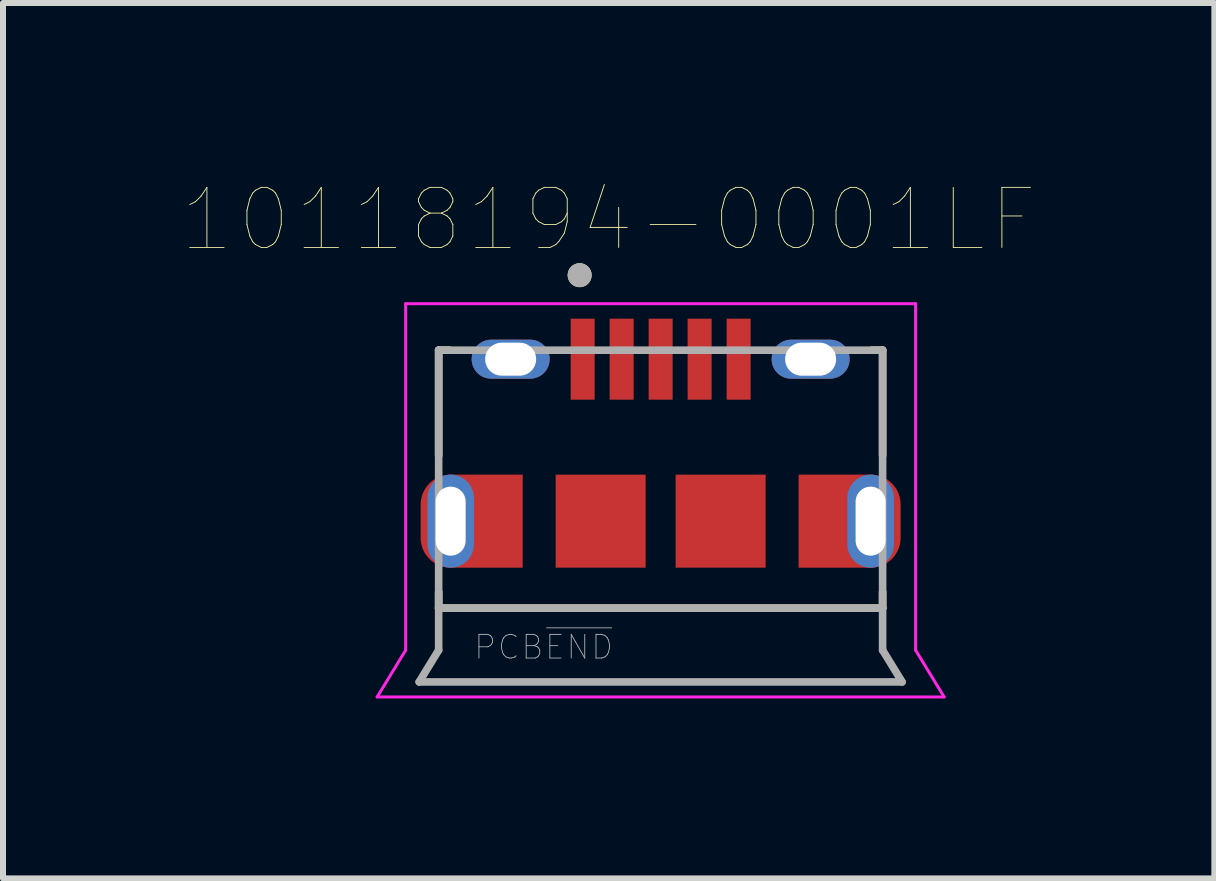
<source format=kicad_pcb>
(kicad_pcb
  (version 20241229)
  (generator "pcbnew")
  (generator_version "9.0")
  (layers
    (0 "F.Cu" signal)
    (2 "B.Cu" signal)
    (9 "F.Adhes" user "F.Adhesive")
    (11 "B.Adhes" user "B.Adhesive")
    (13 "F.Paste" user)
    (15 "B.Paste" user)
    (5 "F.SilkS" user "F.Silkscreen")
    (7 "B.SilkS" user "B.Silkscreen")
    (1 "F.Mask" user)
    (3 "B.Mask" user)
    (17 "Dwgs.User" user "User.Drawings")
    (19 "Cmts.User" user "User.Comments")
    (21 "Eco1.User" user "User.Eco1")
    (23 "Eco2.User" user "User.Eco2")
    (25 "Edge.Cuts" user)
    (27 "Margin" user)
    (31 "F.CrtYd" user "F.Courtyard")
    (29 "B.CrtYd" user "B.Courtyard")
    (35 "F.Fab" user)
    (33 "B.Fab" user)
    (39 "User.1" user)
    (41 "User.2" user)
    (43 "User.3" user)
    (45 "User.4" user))
  (footprint "10118194-0001LF"
    (layer "F.Cu")
    (at 7.962 5.637)
    (property "Reference" "10118194-0001LF" (at -0.866 -5.025 0) (layer "F.SilkS") (effects (font (size 1.001 1.001) (thickness 0.015))))
    (attr through_hole)
    (fp_poly (pts (xy -2.3 -0.78) (xy -2.3 0.775) (xy -3.498 0.775) (xy -3.498 0.575) (xy -3.486 0.575) (xy -3.473 0.574) (xy -3.46 0.572) (xy -3.447 0.57) (xy -3.434 0.567) (xy -3.422 0.563) (xy -3.41 0.558) (xy -3.398 0.553) (xy -3.386 0.548) (xy -3.374 0.542) (xy -3.363 0.535) (xy -3.353 0.527) (xy -3.342 0.52) (xy -3.332 0.511) (xy -3.323 0.502) (xy -3.314 0.493) (xy -3.305 0.483) (xy -3.298 0.472) (xy -3.29 0.462) (xy -3.283 0.451) (xy -3.277 0.439) (xy -3.272 0.427) (xy -3.267 0.415) (xy -3.262 0.403) (xy -3.258 0.391) (xy -3.255 0.378) (xy -3.253 0.365) (xy -3.251 0.352) (xy -3.25 0.339) (xy -3.25 0.325) (xy -3.25 0.315) (xy -3.25 -0.315) (xy -3.25 -0.325) (xy -3.25 -0.338) (xy -3.251 -0.351) (xy -3.253 -0.364) (xy -3.255 -0.377) (xy -3.259 -0.39) (xy -3.262 -0.402) (xy -3.267 -0.415) (xy -3.272 -0.427) (xy -3.277 -0.438) (xy -3.283 -0.45) (xy -3.29 -0.461) (xy -3.298 -0.472) (xy -3.306 -0.482) (xy -3.314 -0.492) (xy -3.323 -0.502) (xy -3.333 -0.511) (xy -3.343 -0.519) (xy -3.353 -0.527) (xy -3.364 -0.535) (xy -3.375 -0.542) (xy -3.387 -0.548) (xy -3.398 -0.553) (xy -3.41 -0.558) (xy -3.423 -0.563) (xy -3.435 -0.566) (xy -3.448 -0.57) (xy -3.461 -0.572) (xy -3.474 -0.574) (xy -3.487 -0.575) (xy -3.5 -0.575) (xy -3.513 -0.575) (xy -3.526 -0.574) (xy -3.539 -0.572) (xy -3.552 -0.57) (xy -3.565 -0.566) (xy -3.577 -0.563) (xy -3.59 -0.558) (xy -3.602 -0.553) (xy -3.613 -0.548) (xy -3.625 -0.542) (xy -3.636 -0.535) (xy -3.647 -0.527) (xy -3.657 -0.519) (xy -3.667 -0.511) (xy -3.677 -0.502) (xy -3.686 -0.492) (xy -3.694 -0.482) (xy -3.702 -0.472) (xy -3.71 -0.461) (xy -3.717 -0.45) (xy -3.723 -0.438) (xy -3.728 -0.427) (xy -3.733 -0.415) (xy -3.738 -0.402) (xy -3.741 -0.39) (xy -3.745 -0.377) (xy -3.747 -0.364) (xy -3.749 -0.351) (xy -3.75 -0.338) (xy -3.75 -0.325) (xy -3.75 0.325) (xy -3.75 0.339) (xy -3.749 0.352) (xy -3.747 0.365) (xy -3.745 0.378) (xy -3.742 0.391) (xy -3.738 0.403) (xy -3.733 0.415) (xy -3.728 0.427) (xy -3.723 0.439) (xy -3.717 0.451) (xy -3.71 0.462) (xy -3.702 0.472) (xy -3.695 0.483) (xy -3.686 0.493) (xy -3.677 0.502) (xy -3.668 0.511) (xy -3.658 0.52) (xy -3.647 0.527) (xy -3.637 0.535) (xy -3.626 0.542) (xy -3.614 0.548) (xy -3.602 0.553) (xy -3.59 0.558) (xy -3.578 0.563) (xy -3.566 0.567) (xy -3.553 0.57) (xy -3.54 0.572) (xy -3.527 0.574) (xy -3.514 0.575) (xy -3.502 0.575) (xy -3.502 0.775) (xy -3.527 0.774) (xy -3.553 0.772) (xy -3.579 0.769) (xy -3.605 0.764) (xy -3.63 0.758) (xy -3.655 0.751) (xy -3.68 0.742) (xy -3.704 0.732) (xy -3.728 0.721) (xy -3.751 0.708) (xy -3.773 0.695) (xy -3.794 0.68) (xy -3.815 0.664) (xy -3.835 0.647) (xy -3.854 0.629) (xy -3.872 0.61) (xy -3.889 0.59) (xy -3.905 0.569) (xy -3.92 0.548) (xy -3.933 0.526) (xy -3.946 0.503) (xy -3.957 0.479) (xy -3.967 0.455) (xy -3.976 0.43) (xy -3.983 0.405) (xy -3.989 0.38) (xy -3.994 0.354) (xy -3.997 0.328) (xy -3.999 0.302) (xy -4 0.275) (xy -4 -0.275) (xy -3.999 -0.301) (xy -3.997 -0.327) (xy -3.994 -0.353) (xy -3.989 -0.379) (xy -3.983 -0.404) (xy -3.976 -0.43) (xy -3.967 -0.454) (xy -3.957 -0.478) (xy -3.946 -0.502) (xy -3.933 -0.525) (xy -3.919 -0.547) (xy -3.905 -0.569) (xy -3.889 -0.59) (xy -3.872 -0.61) (xy -3.854 -0.629) (xy -3.835 -0.647) (xy -3.815 -0.664) (xy -3.794 -0.68) (xy -3.772 -0.694) (xy -3.75 -0.708) (xy -3.727 -0.721) (xy -3.703 -0.732) (xy -3.679 -0.742) (xy -3.655 -0.751) (xy -3.629 -0.758) (xy -3.604 -0.764) (xy -3.578 -0.769) (xy -3.552 -0.772) (xy -3.526 -0.774) (xy -3.5 -0.775) (xy -2.305 -0.775) (xy -2.305 -0.78) (xy -2.3 -0.78)) (stroke (width 0.001) (type solid)) (fill yes) (layer "F.Cu"))
    (fp_poly (pts (xy 2.3 0.78) (xy 2.3 -0.775) (xy 3.498 -0.775) (xy 3.498 -0.575) (xy 3.486 -0.575) (xy 3.473 -0.574) (xy 3.46 -0.572) (xy 3.447 -0.57) (xy 3.434 -0.567) (xy 3.422 -0.563) (xy 3.41 -0.558) (xy 3.398 -0.553) (xy 3.386 -0.548) (xy 3.374 -0.542) (xy 3.363 -0.535) (xy 3.353 -0.527) (xy 3.342 -0.52) (xy 3.332 -0.511) (xy 3.323 -0.502) (xy 3.314 -0.493) (xy 3.305 -0.483) (xy 3.298 -0.472) (xy 3.29 -0.462) (xy 3.283 -0.451) (xy 3.277 -0.439) (xy 3.272 -0.427) (xy 3.267 -0.415) (xy 3.262 -0.403) (xy 3.258 -0.391) (xy 3.255 -0.378) (xy 3.253 -0.365) (xy 3.251 -0.352) (xy 3.25 -0.339) (xy 3.25 -0.325) (xy 3.25 -0.315) (xy 3.25 0.315) (xy 3.25 0.325) (xy 3.25 0.338) (xy 3.251 0.351) (xy 3.253 0.364) (xy 3.255 0.377) (xy 3.259 0.39) (xy 3.262 0.402) (xy 3.267 0.415) (xy 3.272 0.427) (xy 3.277 0.438) (xy 3.283 0.45) (xy 3.29 0.461) (xy 3.298 0.472) (xy 3.306 0.482) (xy 3.314 0.492) (xy 3.323 0.502) (xy 3.333 0.511) (xy 3.343 0.519) (xy 3.353 0.527) (xy 3.364 0.535) (xy 3.375 0.542) (xy 3.387 0.548) (xy 3.398 0.553) (xy 3.41 0.558) (xy 3.423 0.563) (xy 3.435 0.566) (xy 3.448 0.57) (xy 3.461 0.572) (xy 3.474 0.574) (xy 3.487 0.575) (xy 3.5 0.575) (xy 3.513 0.575) (xy 3.526 0.574) (xy 3.539 0.572) (xy 3.552 0.57) (xy 3.565 0.566) (xy 3.577 0.563) (xy 3.59 0.558) (xy 3.602 0.553) (xy 3.613 0.548) (xy 3.625 0.542) (xy 3.636 0.535) (xy 3.647 0.527) (xy 3.657 0.519) (xy 3.667 0.511) (xy 3.677 0.502) (xy 3.686 0.492) (xy 3.694 0.482) (xy 3.702 0.472) (xy 3.71 0.461) (xy 3.717 0.45) (xy 3.723 0.438) (xy 3.728 0.427) (xy 3.733 0.415) (xy 3.738 0.402) (xy 3.741 0.39) (xy 3.745 0.377) (xy 3.747 0.364) (xy 3.749 0.351) (xy 3.75 0.338) (xy 3.75 0.325) (xy 3.75 -0.325) (xy 3.75 -0.339) (xy 3.749 -0.352) (xy 3.747 -0.365) (xy 3.745 -0.378) (xy 3.742 -0.391) (xy 3.738 -0.403) (xy 3.733 -0.415) (xy 3.728 -0.427) (xy 3.723 -0.439) (xy 3.717 -0.451) (xy 3.71 -0.462) (xy 3.702 -0.472) (xy 3.695 -0.483) (xy 3.686 -0.493) (xy 3.677 -0.502) (xy 3.668 -0.511) (xy 3.658 -0.52) (xy 3.647 -0.527) (xy 3.637 -0.535) (xy 3.626 -0.542) (xy 3.614 -0.548) (xy 3.602 -0.553) (xy 3.59 -0.558) (xy 3.578 -0.563) (xy 3.566 -0.567) (xy 3.553 -0.57) (xy 3.54 -0.572) (xy 3.527 -0.574) (xy 3.514 -0.575) (xy 3.502 -0.575) (xy 3.502 -0.775) (xy 3.527 -0.774) (xy 3.553 -0.772) (xy 3.579 -0.769) (xy 3.605 -0.764) (xy 3.63 -0.758) (xy 3.655 -0.751) (xy 3.68 -0.742) (xy 3.704 -0.732) (xy 3.728 -0.721) (xy 3.751 -0.708) (xy 3.773 -0.695) (xy 3.794 -0.68) (xy 3.815 -0.664) (xy 3.835 -0.647) (xy 3.854 -0.629) (xy 3.872 -0.61) (xy 3.889 -0.59) (xy 3.905 -0.569) (xy 3.92 -0.548) (xy 3.933 -0.526) (xy 3.946 -0.503) (xy 3.957 -0.479) (xy 3.967 -0.455) (xy 3.976 -0.43) (xy 3.983 -0.405) (xy 3.989 -0.38) (xy 3.994 -0.354) (xy 3.997 -0.328) (xy 3.999 -0.302) (xy 4 -0.275) (xy 4 0.275) (xy 3.999 0.301) (xy 3.997 0.327) (xy 3.994 0.353) (xy 3.989 0.379) (xy 3.983 0.404) (xy 3.976 0.43) (xy 3.967 0.454) (xy 3.957 0.478) (xy 3.946 0.502) (xy 3.933 0.525) (xy 3.919 0.547) (xy 3.905 0.569) (xy 3.889 0.59) (xy 3.872 0.61) (xy 3.854 0.629) (xy 3.835 0.647) (xy 3.815 0.664) (xy 3.794 0.68) (xy 3.772 0.694) (xy 3.75 0.708) (xy 3.727 0.721) (xy 3.703 0.732) (xy 3.679 0.742) (xy 3.655 0.751) (xy 3.629 0.758) (xy 3.604 0.764) (xy 3.578 0.769) (xy 3.552 0.772) (xy 3.526 0.774) (xy 3.5 0.775) (xy 2.305 0.775) (xy 2.305 0.78) (xy 2.3 0.78)) (stroke (width 0.001) (type solid)) (fill yes) (layer "F.Cu"))
    (fp_poly (pts (xy -3.6 -0.875) (xy -2.2 -0.875) (xy -2.2 0.875) (xy -3.6 0.875) (xy -3.626 0.874) (xy -3.652 0.872) (xy -3.678 0.869) (xy -3.704 0.864) (xy -3.729 0.858) (xy -3.755 0.851) (xy -3.779 0.842) (xy -3.803 0.832) (xy -3.827 0.821) (xy -3.85 0.808) (xy -3.872 0.794) (xy -3.894 0.78) (xy -3.915 0.764) (xy -3.935 0.747) (xy -3.954 0.729) (xy -3.972 0.71) (xy -3.989 0.69) (xy -4.005 0.669) (xy -4.019 0.647) (xy -4.033 0.625) (xy -4.046 0.602) (xy -4.057 0.578) (xy -4.067 0.554) (xy -4.076 0.53) (xy -4.083 0.504) (xy -4.089 0.479) (xy -4.094 0.453) (xy -4.097 0.427) (xy -4.099 0.401) (xy -4.1 0.375) (xy -4.1 -0.375) (xy -4.099 -0.401) (xy -4.097 -0.427) (xy -4.094 -0.453) (xy -4.089 -0.479) (xy -4.083 -0.504) (xy -4.076 -0.53) (xy -4.067 -0.554) (xy -4.057 -0.578) (xy -4.046 -0.602) (xy -4.033 -0.625) (xy -4.019 -0.647) (xy -4.005 -0.669) (xy -3.989 -0.69) (xy -3.972 -0.71) (xy -3.954 -0.729) (xy -3.935 -0.747) (xy -3.915 -0.764) (xy -3.894 -0.78) (xy -3.872 -0.794) (xy -3.85 -0.808) (xy -3.827 -0.821) (xy -3.803 -0.832) (xy -3.779 -0.842) (xy -3.755 -0.851) (xy -3.729 -0.858) (xy -3.704 -0.864) (xy -3.678 -0.869) (xy -3.652 -0.872) (xy -3.626 -0.874) (xy -3.6 -0.875)) (stroke (width 0.0001) (type solid)) (fill yes) (layer "F.Mask"))
    (fp_poly (pts (xy 3.6 0.875) (xy 2.2 0.875) (xy 2.2 -0.875) (xy 3.6 -0.875) (xy 3.626 -0.874) (xy 3.652 -0.872) (xy 3.678 -0.869) (xy 3.704 -0.864) (xy 3.729 -0.858) (xy 3.755 -0.851) (xy 3.779 -0.842) (xy 3.803 -0.832) (xy 3.827 -0.821) (xy 3.85 -0.808) (xy 3.872 -0.794) (xy 3.894 -0.78) (xy 3.915 -0.764) (xy 3.935 -0.747) (xy 3.954 -0.729) (xy 3.972 -0.71) (xy 3.989 -0.69) (xy 4.005 -0.669) (xy 4.019 -0.647) (xy 4.033 -0.625) (xy 4.046 -0.602) (xy 4.057 -0.578) (xy 4.067 -0.554) (xy 4.076 -0.53) (xy 4.083 -0.504) (xy 4.089 -0.479) (xy 4.094 -0.453) (xy 4.097 -0.427) (xy 4.099 -0.401) (xy 4.1 -0.375) (xy 4.1 0.375) (xy 4.099 0.401) (xy 4.097 0.427) (xy 4.094 0.453) (xy 4.089 0.479) (xy 4.083 0.504) (xy 4.076 0.53) (xy 4.067 0.554) (xy 4.057 0.578) (xy 4.046 0.602) (xy 4.033 0.625) (xy 4.019 0.647) (xy 4.005 0.669) (xy 3.989 0.69) (xy 3.972 0.71) (xy 3.954 0.729) (xy 3.935 0.747) (xy 3.915 0.764) (xy 3.894 0.78) (xy 3.872 0.794) (xy 3.85 0.808) (xy 3.827 0.821) (xy 3.803 0.832) (xy 3.779 0.842) (xy 3.755 0.851) (xy 3.729 0.858) (xy 3.704 0.864) (xy 3.678 0.869) (xy 3.652 0.872) (xy 3.626 0.874) (xy 3.6 0.875)) (stroke (width 0.0001) (type solid)) (fill yes) (layer "F.Mask"))
    (fp_line (start -3.7 -2.85) (end -3.7 -1.095) (stroke (width 0.127) (type solid)) (layer "F.SilkS"))
    (fp_line (start -3.7 -2.85) (end -3.52 -2.85) (stroke (width 0.127) (type solid)) (layer "F.SilkS"))
    (fp_line (start -3.7 1.45) (end -3.7 1.18) (stroke (width 0.127) (type solid)) (layer "F.SilkS"))
    (fp_line (start -3.7 1.45) (end 3.7 1.45) (stroke (width 0.127) (type solid)) (layer "F.SilkS"))
    (fp_line (start 3.7 -2.85) (end 3.52 -2.85) (stroke (width 0.127) (type solid)) (layer "F.SilkS"))
    (fp_line (start 3.7 -2.85) (end 3.7 -1.095) (stroke (width 0.127) (type solid)) (layer "F.SilkS"))
    (fp_line (start 3.7 1.18) (end 3.7 1.45) (stroke (width 0.127) (type solid)) (layer "F.SilkS"))
    (fp_circle (center -1.35 -4.1) (end -1.25 -4.1) (stroke (width 0.2) (type solid)) (fill no) (layer "F.SilkS"))
    (fp_line (start -3.5 -0.77) (end -3.5 -0.6) (stroke (width 0.0001) (type solid)) (layer "F.Paste"))
    (fp_line (start 3.5 0.77) (end 3.5 0.6) (stroke (width 0.0001) (type solid)) (layer "F.Paste"))
    (fp_poly (pts (xy -3.5 -0.775) (xy -3.5 -0.575) (xy -3.487 -0.575) (xy -3.474 -0.574) (xy -3.461 -0.572) (xy -3.448 -0.57) (xy -3.435 -0.566) (xy -3.423 -0.563) (xy -3.41 -0.558) (xy -3.398 -0.553) (xy -3.387 -0.548) (xy -3.375 -0.542) (xy -3.364 -0.535) (xy -3.353 -0.527) (xy -3.343 -0.519) (xy -3.333 -0.511) (xy -3.323 -0.502) (xy -3.314 -0.492) (xy -3.306 -0.482) (xy -3.298 -0.472) (xy -3.29 -0.461) (xy -3.283 -0.45) (xy -3.277 -0.438) (xy -3.272 -0.427) (xy -3.267 -0.415) (xy -3.262 -0.402) (xy -3.259 -0.39) (xy -3.255 -0.377) (xy -3.253 -0.364) (xy -3.251 -0.351) (xy -3.25 -0.338) (xy -3.25 -0.325) (xy -3.25 0.325) (xy -3.25 0.338) (xy -3.251 0.351) (xy -3.253 0.364) (xy -3.255 0.377) (xy -3.259 0.39) (xy -3.262 0.402) (xy -3.267 0.415) (xy -3.272 0.427) (xy -3.277 0.438) (xy -3.283 0.45) (xy -3.29 0.461) (xy -3.298 0.472) (xy -3.306 0.482) (xy -3.314 0.492) (xy -3.323 0.502) (xy -3.333 0.511) (xy -3.343 0.519) (xy -3.353 0.527) (xy -3.364 0.535) (xy -3.375 0.542) (xy -3.387 0.548) (xy -3.398 0.553) (xy -3.41 0.558) (xy -3.423 0.563) (xy -3.435 0.566) (xy -3.448 0.57) (xy -3.461 0.572) (xy -3.474 0.574) (xy -3.487 0.575) (xy -3.5 0.575) (xy -3.5 0.775) (xy -2.3 0.775) (xy -2.3 -0.775) (xy -3.5 -0.775)) (stroke (width 0.0001) (type solid)) (fill yes) (layer "F.Paste"))
    (fp_poly (pts (xy 3.5 0.775) (xy 3.5 0.575) (xy 3.487 0.575) (xy 3.474 0.574) (xy 3.461 0.572) (xy 3.448 0.57) (xy 3.435 0.566) (xy 3.423 0.563) (xy 3.41 0.558) (xy 3.398 0.553) (xy 3.387 0.548) (xy 3.375 0.542) (xy 3.364 0.535) (xy 3.353 0.527) (xy 3.343 0.519) (xy 3.333 0.511) (xy 3.323 0.502) (xy 3.314 0.492) (xy 3.306 0.482) (xy 3.298 0.472) (xy 3.29 0.461) (xy 3.283 0.45) (xy 3.277 0.438) (xy 3.272 0.427) (xy 3.267 0.415) (xy 3.262 0.402) (xy 3.259 0.39) (xy 3.255 0.377) (xy 3.253 0.364) (xy 3.251 0.351) (xy 3.25 0.338) (xy 3.25 0.325) (xy 3.25 -0.325) (xy 3.25 -0.338) (xy 3.251 -0.351) (xy 3.253 -0.364) (xy 3.255 -0.377) (xy 3.259 -0.39) (xy 3.262 -0.402) (xy 3.267 -0.415) (xy 3.272 -0.427) (xy 3.277 -0.438) (xy 3.283 -0.45) (xy 3.29 -0.461) (xy 3.298 -0.472) (xy 3.306 -0.482) (xy 3.314 -0.492) (xy 3.323 -0.502) (xy 3.333 -0.511) (xy 3.343 -0.519) (xy 3.353 -0.527) (xy 3.364 -0.535) (xy 3.375 -0.542) (xy 3.387 -0.548) (xy 3.398 -0.553) (xy 3.41 -0.558) (xy 3.423 -0.563) (xy 3.435 -0.566) (xy 3.448 -0.57) (xy 3.461 -0.572) (xy 3.474 -0.574) (xy 3.487 -0.575) (xy 3.5 -0.575) (xy 3.5 -0.775) (xy 2.3 -0.775) (xy 2.3 0.775) (xy 3.5 0.775)) (stroke (width 0.0001) (type solid)) (fill yes) (layer "F.Paste"))
    (fp_poly (pts (xy -3.5 -0.775) (xy -3.5 -0.575) (xy -3.513 -0.575) (xy -3.526 -0.574) (xy -3.539 -0.572) (xy -3.552 -0.57) (xy -3.565 -0.566) (xy -3.577 -0.563) (xy -3.59 -0.558) (xy -3.602 -0.553) (xy -3.613 -0.548) (xy -3.625 -0.542) (xy -3.636 -0.535) (xy -3.647 -0.527) (xy -3.657 -0.519) (xy -3.667 -0.511) (xy -3.677 -0.502) (xy -3.686 -0.492) (xy -3.694 -0.482) (xy -3.702 -0.472) (xy -3.71 -0.461) (xy -3.717 -0.45) (xy -3.723 -0.438) (xy -3.728 -0.427) (xy -3.733 -0.415) (xy -3.738 -0.402) (xy -3.741 -0.39) (xy -3.745 -0.377) (xy -3.747 -0.364) (xy -3.749 -0.351) (xy -3.75 -0.338) (xy -3.75 -0.325) (xy -3.75 0.325) (xy -3.75 0.338) (xy -3.749 0.351) (xy -3.747 0.364) (xy -3.745 0.377) (xy -3.741 0.39) (xy -3.738 0.402) (xy -3.733 0.415) (xy -3.728 0.427) (xy -3.723 0.438) (xy -3.717 0.45) (xy -3.71 0.461) (xy -3.702 0.472) (xy -3.694 0.482) (xy -3.686 0.492) (xy -3.677 0.502) (xy -3.667 0.511) (xy -3.657 0.519) (xy -3.647 0.527) (xy -3.636 0.535) (xy -3.625 0.542) (xy -3.613 0.548) (xy -3.602 0.553) (xy -3.59 0.558) (xy -3.577 0.563) (xy -3.565 0.566) (xy -3.552 0.57) (xy -3.539 0.572) (xy -3.526 0.574) (xy -3.513 0.575) (xy -3.5 0.575) (xy -3.5 0.775) (xy -3.526 0.774) (xy -3.552 0.772) (xy -3.578 0.769) (xy -3.604 0.764) (xy -3.629 0.758) (xy -3.655 0.751) (xy -3.679 0.742) (xy -3.703 0.732) (xy -3.727 0.721) (xy -3.75 0.708) (xy -3.772 0.694) (xy -3.794 0.68) (xy -3.815 0.664) (xy -3.835 0.647) (xy -3.854 0.629) (xy -3.872 0.61) (xy -3.889 0.59) (xy -3.905 0.569) (xy -3.919 0.547) (xy -3.933 0.525) (xy -3.946 0.502) (xy -3.957 0.478) (xy -3.967 0.454) (xy -3.976 0.43) (xy -3.983 0.404) (xy -3.989 0.379) (xy -3.994 0.353) (xy -3.997 0.327) (xy -3.999 0.301) (xy -4 0.275) (xy -4 -0.275) (xy -3.999 -0.301) (xy -3.997 -0.327) (xy -3.994 -0.353) (xy -3.989 -0.379) (xy -3.983 -0.404) (xy -3.976 -0.43) (xy -3.967 -0.454) (xy -3.957 -0.478) (xy -3.946 -0.502) (xy -3.933 -0.525) (xy -3.919 -0.547) (xy -3.905 -0.569) (xy -3.889 -0.59) (xy -3.872 -0.61) (xy -3.854 -0.629) (xy -3.835 -0.647) (xy -3.815 -0.664) (xy -3.794 -0.68) (xy -3.772 -0.694) (xy -3.75 -0.708) (xy -3.727 -0.721) (xy -3.703 -0.732) (xy -3.679 -0.742) (xy -3.655 -0.751) (xy -3.629 -0.758) (xy -3.604 -0.764) (xy -3.578 -0.769) (xy -3.552 -0.772) (xy -3.526 -0.774) (xy -3.5 -0.775)) (stroke (width 0.0001) (type solid)) (fill yes) (layer "F.Paste"))
    (fp_poly (pts (xy 3.5 0.775) (xy 3.5 0.575) (xy 3.513 0.575) (xy 3.526 0.574) (xy 3.539 0.572) (xy 3.552 0.57) (xy 3.565 0.566) (xy 3.577 0.563) (xy 3.59 0.558) (xy 3.602 0.553) (xy 3.613 0.548) (xy 3.625 0.542) (xy 3.636 0.535) (xy 3.647 0.527) (xy 3.657 0.519) (xy 3.667 0.511) (xy 3.677 0.502) (xy 3.686 0.492) (xy 3.694 0.482) (xy 3.702 0.472) (xy 3.71 0.461) (xy 3.717 0.45) (xy 3.723 0.438) (xy 3.728 0.427) (xy 3.733 0.415) (xy 3.738 0.402) (xy 3.741 0.39) (xy 3.745 0.377) (xy 3.747 0.364) (xy 3.749 0.351) (xy 3.75 0.338) (xy 3.75 0.325) (xy 3.75 -0.325) (xy 3.75 -0.338) (xy 3.749 -0.351) (xy 3.747 -0.364) (xy 3.745 -0.377) (xy 3.741 -0.39) (xy 3.738 -0.402) (xy 3.733 -0.415) (xy 3.728 -0.427) (xy 3.723 -0.438) (xy 3.717 -0.45) (xy 3.71 -0.461) (xy 3.702 -0.472) (xy 3.694 -0.482) (xy 3.686 -0.492) (xy 3.677 -0.502) (xy 3.667 -0.511) (xy 3.657 -0.519) (xy 3.647 -0.527) (xy 3.636 -0.535) (xy 3.625 -0.542) (xy 3.613 -0.548) (xy 3.602 -0.553) (xy 3.59 -0.558) (xy 3.577 -0.563) (xy 3.565 -0.566) (xy 3.552 -0.57) (xy 3.539 -0.572) (xy 3.526 -0.574) (xy 3.513 -0.575) (xy 3.5 -0.575) (xy 3.5 -0.775) (xy 3.526 -0.774) (xy 3.552 -0.772) (xy 3.578 -0.769) (xy 3.604 -0.764) (xy 3.629 -0.758) (xy 3.655 -0.751) (xy 3.679 -0.742) (xy 3.703 -0.732) (xy 3.727 -0.721) (xy 3.75 -0.708) (xy 3.772 -0.694) (xy 3.794 -0.68) (xy 3.815 -0.664) (xy 3.835 -0.647) (xy 3.854 -0.629) (xy 3.872 -0.61) (xy 3.889 -0.59) (xy 3.905 -0.569) (xy 3.919 -0.547) (xy 3.933 -0.525) (xy 3.946 -0.502) (xy 3.957 -0.478) (xy 3.967 -0.454) (xy 3.976 -0.43) (xy 3.983 -0.404) (xy 3.989 -0.379) (xy 3.994 -0.353) (xy 3.997 -0.327) (xy 3.999 -0.301) (xy 4 -0.275) (xy 4 0.275) (xy 3.999 0.301) (xy 3.997 0.327) (xy 3.994 0.353) (xy 3.989 0.379) (xy 3.983 0.404) (xy 3.976 0.43) (xy 3.967 0.454) (xy 3.957 0.478) (xy 3.946 0.502) (xy 3.933 0.525) (xy 3.919 0.547) (xy 3.905 0.569) (xy 3.889 0.59) (xy 3.872 0.61) (xy 3.854 0.629) (xy 3.835 0.647) (xy 3.815 0.664) (xy 3.794 0.68) (xy 3.772 0.694) (xy 3.75 0.708) (xy 3.727 0.721) (xy 3.703 0.732) (xy 3.679 0.742) (xy 3.655 0.751) (xy 3.629 0.758) (xy 3.604 0.764) (xy 3.578 0.769) (xy 3.552 0.772) (xy 3.526 0.774) (xy 3.5 0.775)) (stroke (width 0.0001) (type solid)) (fill yes) (layer "F.Paste"))
    (fp_line (start -4.725 2.93) (end -4.25 2.15) (stroke (width 0.05) (type solid)) (layer "F.CrtYd"))
    (fp_line (start -4.25 -3.625) (end 4.25 -3.625) (stroke (width 0.05) (type solid)) (layer "F.CrtYd"))
    (fp_line (start -4.25 2.15) (end -4.25 -3.625) (stroke (width 0.05) (type solid)) (layer "F.CrtYd"))
    (fp_line (start 4.25 2.15) (end 4.25 -3.625) (stroke (width 0.05) (type solid)) (layer "F.CrtYd"))
    (fp_line (start 4.725 2.93) (end -4.725 2.93) (stroke (width 0.05) (type solid)) (layer "F.CrtYd"))
    (fp_line (start 4.725 2.93) (end 4.25 2.15) (stroke (width 0.05) (type solid)) (layer "F.CrtYd"))
    (fp_line (start -4.025 2.68) (end 4.025 2.68) (stroke (width 0.127) (type solid)) (layer "F.Fab"))
    (fp_line (start -3.7 -2.85) (end -3.7 1.45) (stroke (width 0.127) (type solid)) (layer "F.Fab"))
    (fp_line (start -3.7 -2.85) (end 3.7 -2.85) (stroke (width 0.127) (type solid)) (layer "F.Fab"))
    (fp_line (start -3.7 1.45) (end -3.7 2.15) (stroke (width 0.127) (type solid)) (layer "F.Fab"))
    (fp_line (start -3.7 1.45) (end 3.7 1.45) (stroke (width 0.127) (type solid)) (layer "F.Fab"))
    (fp_line (start -3.7 2.15) (end -4.025 2.68) (stroke (width 0.127) (type solid)) (layer "F.Fab"))
    (fp_line (start 3.7 1.45) (end 3.7 -2.85) (stroke (width 0.127) (type solid)) (layer "F.Fab"))
    (fp_line (start 3.7 2.15) (end 3.7 1.45) (stroke (width 0.127) (type solid)) (layer "F.Fab"))
    (fp_line (start 4.025 2.68) (end 3.7 2.15) (stroke (width 0.127) (type solid)) (layer "F.Fab"))
    (fp_circle (center -1.35 -4.1) (end -1.25 -4.1) (stroke (width 0.2) (type solid)) (fill no) (layer "F.Fab"))
    (fp_text user "PCB~{END}" (at -1.95 2.1 0) (layer "F.Fab") (effects (font (size 0.394 0.394) (thickness 0.015))))
    (pad "1" smd rect (at -1.3 -2.7) (size 0.4 1.35) (layers "F.Cu" "F.Mask" "F.Paste"))
    (pad "2" smd rect (at -0.65 -2.7) (size 0.4 1.35) (layers "F.Cu" "F.Mask" "F.Paste"))
    (pad "3" smd rect (at 0 -2.7) (size 0.4 1.35) (layers "F.Cu" "F.Mask" "F.Paste"))
    (pad "4" smd rect (at 0.65 -2.7) (size 0.4 1.35) (layers "F.Cu" "F.Mask" "F.Paste"))
    (pad "5" smd rect (at 1.3 -2.7) (size 0.4 1.35) (layers "F.Cu" "F.Mask" "F.Paste"))
    (pad "S1" thru_hole oval (at -3.5 0) (size 0.775 1.55) (drill oval 0.5 1.15) (layers "*.Cu" "*.Mask"))
    (pad "S1" thru_hole oval (at -2.5 -2.7) (size 1.3 0.65) (drill oval 0.85 0.55) (layers "*.Cu" "*.Mask"))
    (pad "S1" smd rect (at -1 0) (size 1.5 1.55) (layers "F.Cu" "F.Mask" "F.Paste"))
    (pad "S1" smd rect (at 1 0) (size 1.5 1.55) (layers "F.Cu" "F.Mask" "F.Paste"))
    (pad "S1" thru_hole oval (at 2.5 -2.7) (size 1.3 0.65) (drill oval 0.85 0.55) (layers "*.Cu" "*.Mask"))
    (pad "S1" thru_hole oval (at 3.5 0) (size 0.775 1.55) (drill oval 0.5 1.15) (layers "*.Cu" "*.Mask")))
  (gr_rect
    (start -3 -3)
    (end 17.192 11.592)
    (stroke (width 0.1) (type default))
    (fill no)
    (layer "Edge.Cuts")))
</source>
